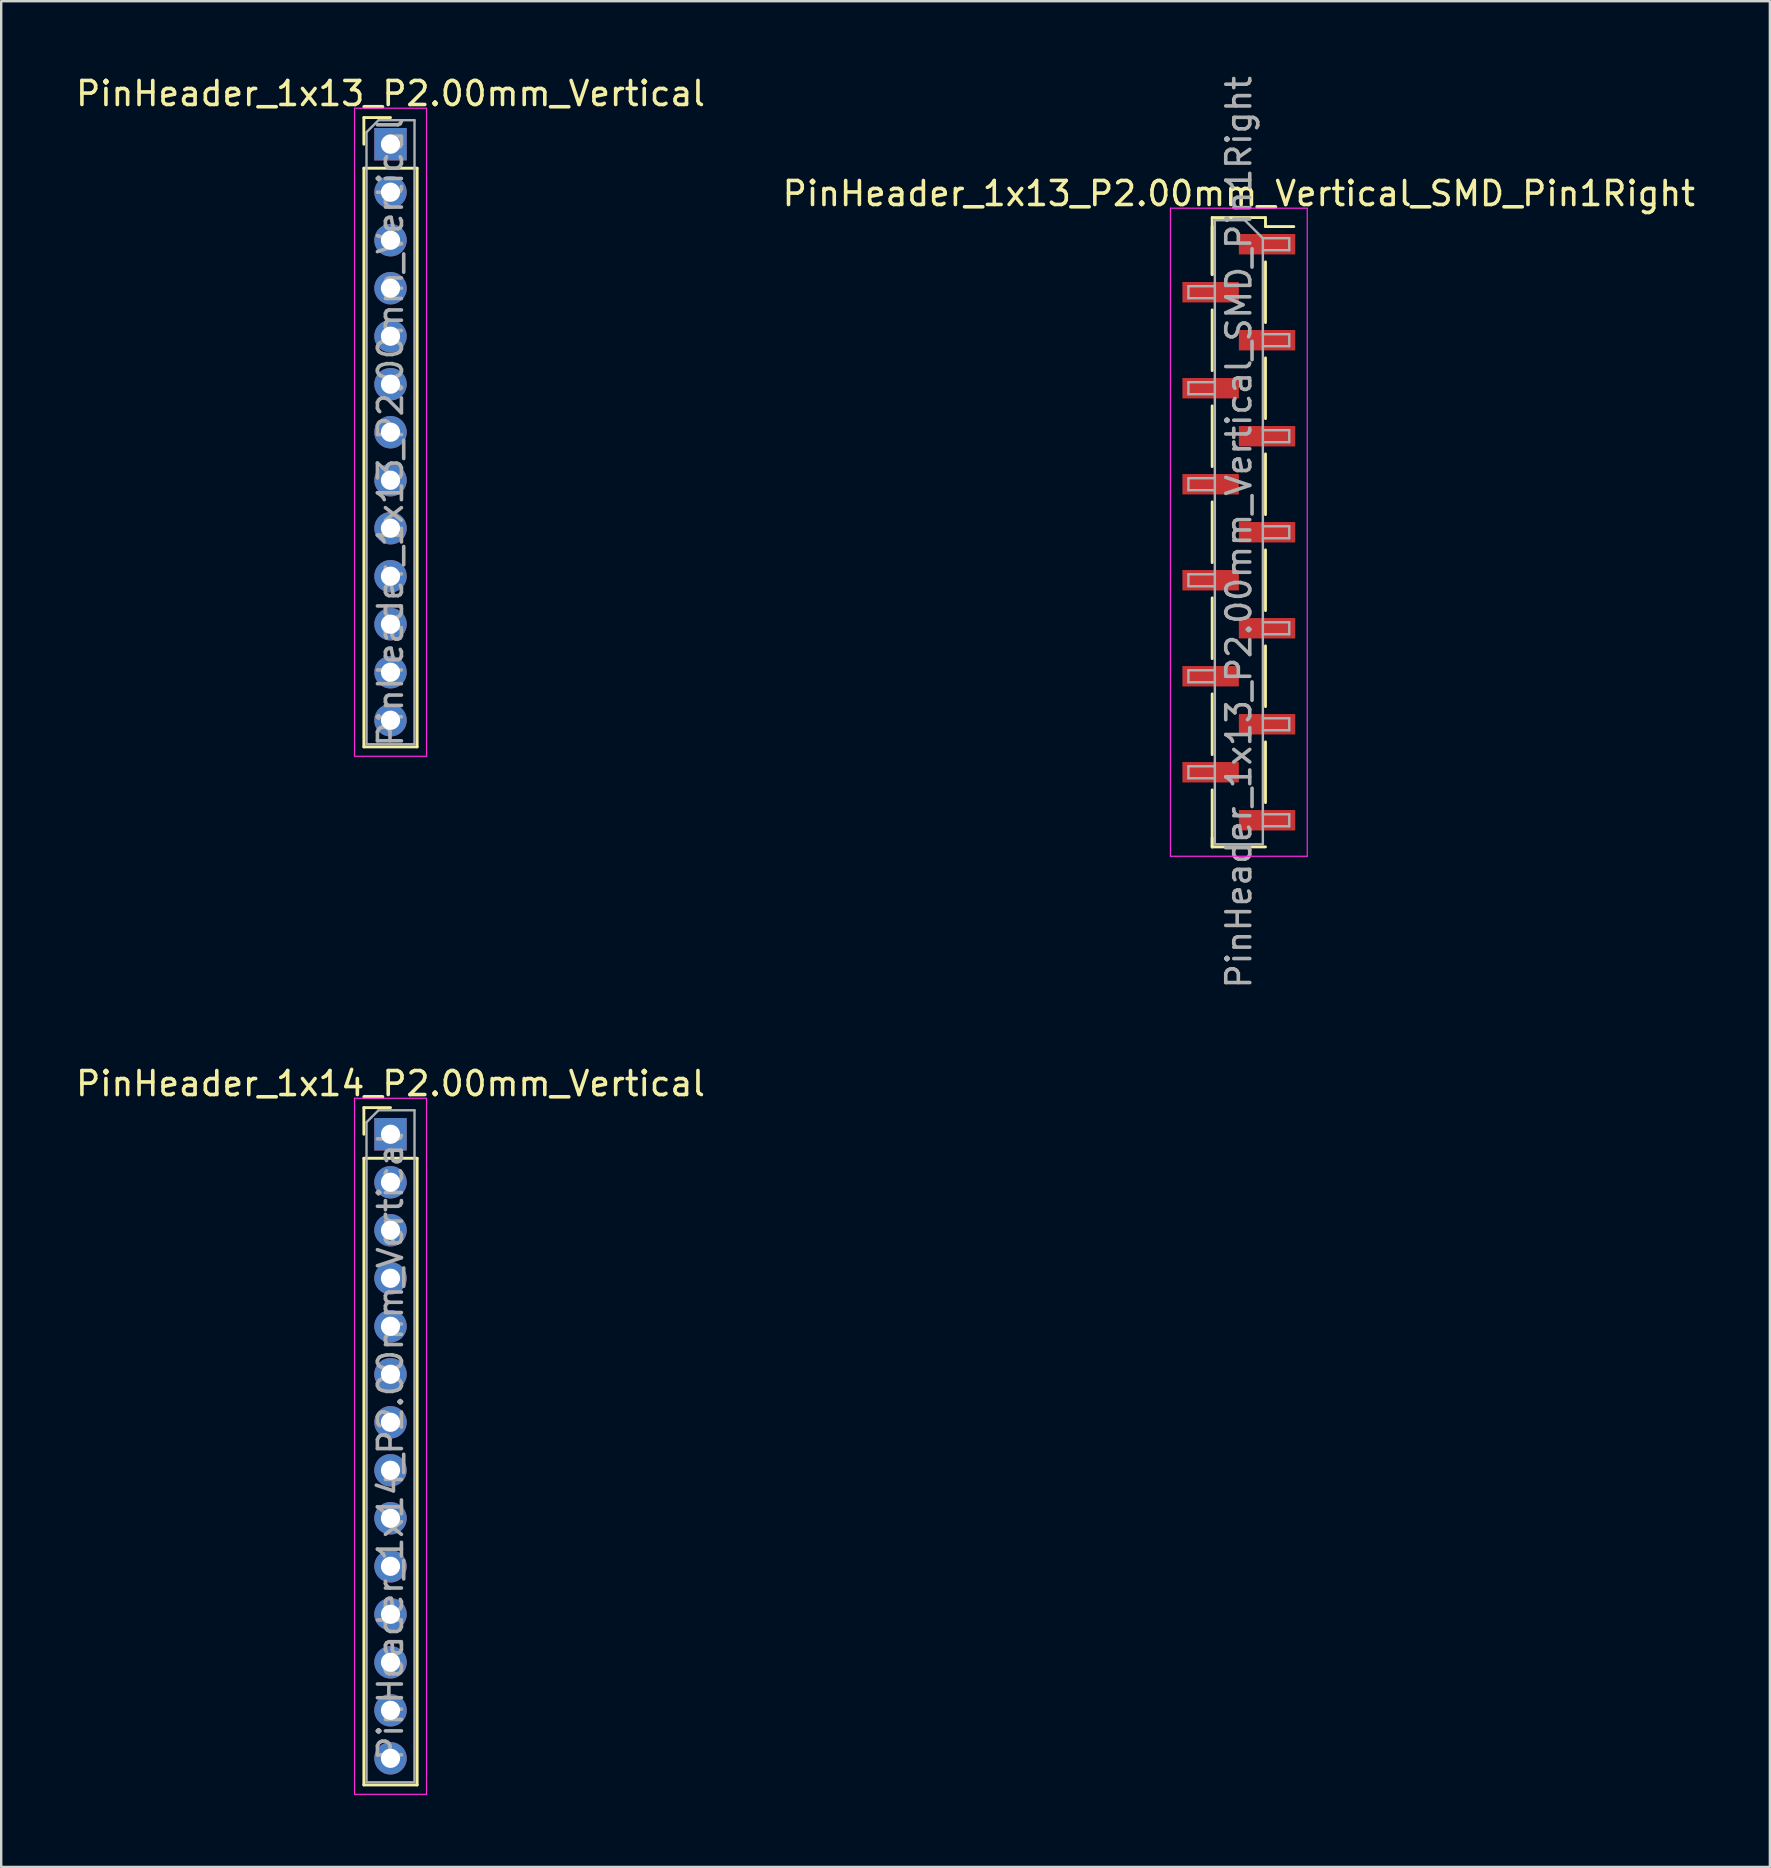
<source format=kicad_pcb>
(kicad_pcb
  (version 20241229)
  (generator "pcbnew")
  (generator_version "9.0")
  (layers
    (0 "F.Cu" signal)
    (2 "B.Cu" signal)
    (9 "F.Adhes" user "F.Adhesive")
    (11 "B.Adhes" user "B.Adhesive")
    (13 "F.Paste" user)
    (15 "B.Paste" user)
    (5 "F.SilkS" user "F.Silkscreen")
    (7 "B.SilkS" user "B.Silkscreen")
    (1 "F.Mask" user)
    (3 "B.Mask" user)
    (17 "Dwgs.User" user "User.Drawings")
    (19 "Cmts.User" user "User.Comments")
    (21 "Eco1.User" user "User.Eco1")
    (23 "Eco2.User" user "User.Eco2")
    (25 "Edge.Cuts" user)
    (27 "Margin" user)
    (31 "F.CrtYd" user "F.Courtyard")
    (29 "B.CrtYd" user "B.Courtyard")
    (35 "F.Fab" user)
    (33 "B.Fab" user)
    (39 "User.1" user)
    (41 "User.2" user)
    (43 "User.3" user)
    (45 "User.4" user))
  (footprint "PinHeader_1x14_P2.00mm_Vertical"
    (layer "F.Cu")
    (at 13.22 44.208)
    (property "Reference" "PinHeader_1x14_P2.00mm_Vertical" (at 0 -2.11 0) (layer "F.SilkS") (effects (font (size 1 1) (thickness 0.15))))
    (attr through_hole)
    (fp_line (start -1.11 -1.11) (end 0 -1.11) (stroke (width 0.12) (type solid)) (layer "F.SilkS"))
    (fp_line (start -1.11 0) (end -1.11 -1.11) (stroke (width 0.12) (type solid)) (layer "F.SilkS"))
    (fp_line (start -1.11 1) (end -1.11 27.11) (stroke (width 0.12) (type solid)) (layer "F.SilkS"))
    (fp_line (start -1.11 1) (end 1.11 1) (stroke (width 0.12) (type solid)) (layer "F.SilkS"))
    (fp_line (start -1.11 27.11) (end 1.11 27.11) (stroke (width 0.12) (type solid)) (layer "F.SilkS"))
    (fp_line (start 1.11 1) (end 1.11 27.11) (stroke (width 0.12) (type solid)) (layer "F.SilkS"))
    (fp_line (start -1.5 -1.5) (end -1.5 27.5) (stroke (width 0.05) (type solid)) (layer "F.CrtYd"))
    (fp_line (start -1.5 27.5) (end 1.5 27.5) (stroke (width 0.05) (type solid)) (layer "F.CrtYd"))
    (fp_line (start 1.5 -1.5) (end -1.5 -1.5) (stroke (width 0.05) (type solid)) (layer "F.CrtYd"))
    (fp_line (start 1.5 27.5) (end 1.5 -1.5) (stroke (width 0.05) (type solid)) (layer "F.CrtYd"))
    (fp_line (start -1 -0.5) (end -0.5 -1) (stroke (width 0.1) (type solid)) (layer "F.Fab"))
    (fp_line (start -1 27) (end -1 -0.5) (stroke (width 0.1) (type solid)) (layer "F.Fab"))
    (fp_line (start -0.5 -1) (end 1 -1) (stroke (width 0.1) (type solid)) (layer "F.Fab"))
    (fp_line (start 1 -1) (end 1 27) (stroke (width 0.1) (type solid)) (layer "F.Fab"))
    (fp_line (start 1 27) (end -1 27) (stroke (width 0.1) (type solid)) (layer "F.Fab"))
    (fp_text user "${REFERENCE}" (at 0 13 90) (layer "F.Fab") (effects (font (size 1 1) (thickness 0.15))))
    (pad "1" thru_hole rect (at 0 0) (size 1.35 1.35) (drill 0.8) (layers "*.Cu" "*.Mask"))
    (pad "2" thru_hole circle (at 0 2) (size 1.35 1.35) (drill 0.8) (layers "*.Cu" "*.Mask"))
    (pad "3" thru_hole circle (at 0 4) (size 1.35 1.35) (drill 0.8) (layers "*.Cu" "*.Mask"))
    (pad "4" thru_hole circle (at 0 6) (size 1.35 1.35) (drill 0.8) (layers "*.Cu" "*.Mask"))
    (pad "5" thru_hole circle (at 0 8) (size 1.35 1.35) (drill 0.8) (layers "*.Cu" "*.Mask"))
    (pad "6" thru_hole circle (at 0 10) (size 1.35 1.35) (drill 0.8) (layers "*.Cu" "*.Mask"))
    (pad "7" thru_hole circle (at 0 12) (size 1.35 1.35) (drill 0.8) (layers "*.Cu" "*.Mask"))
    (pad "8" thru_hole circle (at 0 14) (size 1.35 1.35) (drill 0.8) (layers "*.Cu" "*.Mask"))
    (pad "9" thru_hole circle (at 0 16) (size 1.35 1.35) (drill 0.8) (layers "*.Cu" "*.Mask"))
    (pad "10" thru_hole circle (at 0 18) (size 1.35 1.35) (drill 0.8) (layers "*.Cu" "*.Mask"))
    (pad "11" thru_hole circle (at 0 20) (size 1.35 1.35) (drill 0.8) (layers "*.Cu" "*.Mask"))
    (pad "12" thru_hole circle (at 0 22) (size 1.35 1.35) (drill 0.8) (layers "*.Cu" "*.Mask"))
    (pad "13" thru_hole circle (at 0 24) (size 1.35 1.35) (drill 0.8) (layers "*.Cu" "*.Mask"))
    (pad "14" thru_hole circle (at 0 26) (size 1.35 1.35) (drill 0.8) (layers "*.Cu" "*.Mask")))
  (footprint "PinHeader_1x13_P2.00mm_Vertical_SMD_Pin1Right"
    (layer "F.Cu")
    (at 48.565 19.125)
    (property "Reference" "PinHeader_1x13_P2.00mm_Vertical_SMD_Pin1Right" (at 0 -14.11 0) (layer "F.SilkS") (effects (font (size 1 1) (thickness 0.15))))
    (attr smd)
    (fp_line (start -1.11 -13.11) (end -1.11 -10.735) (stroke (width 0.12) (type solid)) (layer "F.SilkS"))
    (fp_line (start -1.11 -13.11) (end 1.11 -13.11) (stroke (width 0.12) (type solid)) (layer "F.SilkS"))
    (fp_line (start -1.11 -12.735) (end -1.11 -10.735) (stroke (width 0.12) (type solid)) (layer "F.SilkS"))
    (fp_line (start -1.11 -9.265) (end -1.11 -6.735) (stroke (width 0.12) (type solid)) (layer "F.SilkS"))
    (fp_line (start -1.11 -5.265) (end -1.11 -2.735) (stroke (width 0.12) (type solid)) (layer "F.SilkS"))
    (fp_line (start -1.11 -1.265) (end -1.11 1.265) (stroke (width 0.12) (type solid)) (layer "F.SilkS"))
    (fp_line (start -1.11 2.735) (end -1.11 5.265) (stroke (width 0.12) (type solid)) (layer "F.SilkS"))
    (fp_line (start -1.11 6.735) (end -1.11 9.265) (stroke (width 0.12) (type solid)) (layer "F.SilkS"))
    (fp_line (start -1.11 10.735) (end -1.11 13.11) (stroke (width 0.12) (type solid)) (layer "F.SilkS"))
    (fp_line (start -1.11 12.735) (end -1.11 13.11) (stroke (width 0.12) (type solid)) (layer "F.SilkS"))
    (fp_line (start -1.11 13.11) (end 1.11 13.11) (stroke (width 0.12) (type solid)) (layer "F.SilkS"))
    (fp_line (start 1.11 -13.11) (end 1.11 -12.735) (stroke (width 0.12) (type solid)) (layer "F.SilkS"))
    (fp_line (start 1.11 -12.735) (end 2.29 -12.735) (stroke (width 0.12) (type solid)) (layer "F.SilkS"))
    (fp_line (start 1.11 -11.265) (end 1.11 -8.735) (stroke (width 0.12) (type solid)) (layer "F.SilkS"))
    (fp_line (start 1.11 -7.265) (end 1.11 -4.735) (stroke (width 0.12) (type solid)) (layer "F.SilkS"))
    (fp_line (start 1.11 -3.265) (end 1.11 -0.735) (stroke (width 0.12) (type solid)) (layer "F.SilkS"))
    (fp_line (start 1.11 0.735) (end 1.11 3.265) (stroke (width 0.12) (type solid)) (layer "F.SilkS"))
    (fp_line (start 1.11 4.735) (end 1.11 7.265) (stroke (width 0.12) (type solid)) (layer "F.SilkS"))
    (fp_line (start 1.11 8.735) (end 1.11 11.265) (stroke (width 0.12) (type solid)) (layer "F.SilkS"))
    (fp_line (start -2.85 -13.5) (end -2.85 13.5) (stroke (width 0.05) (type solid)) (layer "F.CrtYd"))
    (fp_line (start -2.85 13.5) (end 2.85 13.5) (stroke (width 0.05) (type solid)) (layer "F.CrtYd"))
    (fp_line (start 2.85 -13.5) (end -2.85 -13.5) (stroke (width 0.05) (type solid)) (layer "F.CrtYd"))
    (fp_line (start 2.85 13.5) (end 2.85 -13.5) (stroke (width 0.05) (type solid)) (layer "F.CrtYd"))
    (fp_line (start -2.1 -10.25) (end -2.1 -9.75) (stroke (width 0.1) (type solid)) (layer "F.Fab"))
    (fp_line (start -2.1 -9.75) (end -1 -9.75) (stroke (width 0.1) (type solid)) (layer "F.Fab"))
    (fp_line (start -2.1 -6.25) (end -2.1 -5.75) (stroke (width 0.1) (type solid)) (layer "F.Fab"))
    (fp_line (start -2.1 -5.75) (end -1 -5.75) (stroke (width 0.1) (type solid)) (layer "F.Fab"))
    (fp_line (start -2.1 -2.25) (end -2.1 -1.75) (stroke (width 0.1) (type solid)) (layer "F.Fab"))
    (fp_line (start -2.1 -1.75) (end -1 -1.75) (stroke (width 0.1) (type solid)) (layer "F.Fab"))
    (fp_line (start -2.1 1.75) (end -2.1 2.25) (stroke (width 0.1) (type solid)) (layer "F.Fab"))
    (fp_line (start -2.1 2.25) (end -1 2.25) (stroke (width 0.1) (type solid)) (layer "F.Fab"))
    (fp_line (start -2.1 5.75) (end -2.1 6.25) (stroke (width 0.1) (type solid)) (layer "F.Fab"))
    (fp_line (start -2.1 6.25) (end -1 6.25) (stroke (width 0.1) (type solid)) (layer "F.Fab"))
    (fp_line (start -2.1 9.75) (end -2.1 10.25) (stroke (width 0.1) (type solid)) (layer "F.Fab"))
    (fp_line (start -2.1 10.25) (end -1 10.25) (stroke (width 0.1) (type solid)) (layer "F.Fab"))
    (fp_line (start -1 -13) (end -1 13) (stroke (width 0.1) (type solid)) (layer "F.Fab"))
    (fp_line (start -1 -13) (end 0.25 -13) (stroke (width 0.1) (type solid)) (layer "F.Fab"))
    (fp_line (start -1 -10.25) (end -2.1 -10.25) (stroke (width 0.1) (type solid)) (layer "F.Fab"))
    (fp_line (start -1 -6.25) (end -2.1 -6.25) (stroke (width 0.1) (type solid)) (layer "F.Fab"))
    (fp_line (start -1 -2.25) (end -2.1 -2.25) (stroke (width 0.1) (type solid)) (layer "F.Fab"))
    (fp_line (start -1 1.75) (end -2.1 1.75) (stroke (width 0.1) (type solid)) (layer "F.Fab"))
    (fp_line (start -1 5.75) (end -2.1 5.75) (stroke (width 0.1) (type solid)) (layer "F.Fab"))
    (fp_line (start -1 9.75) (end -2.1 9.75) (stroke (width 0.1) (type solid)) (layer "F.Fab"))
    (fp_line (start 1 -12.25) (end 0.25 -13) (stroke (width 0.1) (type solid)) (layer "F.Fab"))
    (fp_line (start 1 -12.25) (end 2.1 -12.25) (stroke (width 0.1) (type solid)) (layer "F.Fab"))
    (fp_line (start 1 -8.25) (end 2.1 -8.25) (stroke (width 0.1) (type solid)) (layer "F.Fab"))
    (fp_line (start 1 -4.25) (end 2.1 -4.25) (stroke (width 0.1) (type solid)) (layer "F.Fab"))
    (fp_line (start 1 -0.25) (end 2.1 -0.25) (stroke (width 0.1) (type solid)) (layer "F.Fab"))
    (fp_line (start 1 3.75) (end 2.1 3.75) (stroke (width 0.1) (type solid)) (layer "F.Fab"))
    (fp_line (start 1 7.75) (end 2.1 7.75) (stroke (width 0.1) (type solid)) (layer "F.Fab"))
    (fp_line (start 1 11.75) (end 2.1 11.75) (stroke (width 0.1) (type solid)) (layer "F.Fab"))
    (fp_line (start 1 13) (end -1 13) (stroke (width 0.1) (type solid)) (layer "F.Fab"))
    (fp_line (start 1 13) (end 1 -12.25) (stroke (width 0.1) (type solid)) (layer "F.Fab"))
    (fp_line (start 2.1 -12.25) (end 2.1 -11.75) (stroke (width 0.1) (type solid)) (layer "F.Fab"))
    (fp_line (start 2.1 -11.75) (end 1 -11.75) (stroke (width 0.1) (type solid)) (layer "F.Fab"))
    (fp_line (start 2.1 -8.25) (end 2.1 -7.75) (stroke (width 0.1) (type solid)) (layer "F.Fab"))
    (fp_line (start 2.1 -7.75) (end 1 -7.75) (stroke (width 0.1) (type solid)) (layer "F.Fab"))
    (fp_line (start 2.1 -4.25) (end 2.1 -3.75) (stroke (width 0.1) (type solid)) (layer "F.Fab"))
    (fp_line (start 2.1 -3.75) (end 1 -3.75) (stroke (width 0.1) (type solid)) (layer "F.Fab"))
    (fp_line (start 2.1 -0.25) (end 2.1 0.25) (stroke (width 0.1) (type solid)) (layer "F.Fab"))
    (fp_line (start 2.1 0.25) (end 1 0.25) (stroke (width 0.1) (type solid)) (layer "F.Fab"))
    (fp_line (start 2.1 3.75) (end 2.1 4.25) (stroke (width 0.1) (type solid)) (layer "F.Fab"))
    (fp_line (start 2.1 4.25) (end 1 4.25) (stroke (width 0.1) (type solid)) (layer "F.Fab"))
    (fp_line (start 2.1 7.75) (end 2.1 8.25) (stroke (width 0.1) (type solid)) (layer "F.Fab"))
    (fp_line (start 2.1 8.25) (end 1 8.25) (stroke (width 0.1) (type solid)) (layer "F.Fab"))
    (fp_line (start 2.1 11.75) (end 2.1 12.25) (stroke (width 0.1) (type solid)) (layer "F.Fab"))
    (fp_line (start 2.1 12.25) (end 1 12.25) (stroke (width 0.1) (type solid)) (layer "F.Fab"))
    (fp_text user "${REFERENCE}" (at 0 0 90) (layer "F.Fab") (effects (font (size 1 1) (thickness 0.15))))
    (pad "1" smd rect (at 1.175 -12) (size 2.35 0.85) (layers "F.Cu" "F.Mask" "F.Paste"))
    (pad "2" smd rect (at -1.175 -10) (size 2.35 0.85) (layers "F.Cu" "F.Mask" "F.Paste"))
    (pad "3" smd rect (at 1.175 -8) (size 2.35 0.85) (layers "F.Cu" "F.Mask" "F.Paste"))
    (pad "4" smd rect (at -1.175 -6) (size 2.35 0.85) (layers "F.Cu" "F.Mask" "F.Paste"))
    (pad "5" smd rect (at 1.175 -4) (size 2.35 0.85) (layers "F.Cu" "F.Mask" "F.Paste"))
    (pad "6" smd rect (at -1.175 -2) (size 2.35 0.85) (layers "F.Cu" "F.Mask" "F.Paste"))
    (pad "7" smd rect (at 1.175 0) (size 2.35 0.85) (layers "F.Cu" "F.Mask" "F.Paste"))
    (pad "8" smd rect (at -1.175 2) (size 2.35 0.85) (layers "F.Cu" "F.Mask" "F.Paste"))
    (pad "9" smd rect (at 1.175 4) (size 2.35 0.85) (layers "F.Cu" "F.Mask" "F.Paste"))
    (pad "10" smd rect (at -1.175 6) (size 2.35 0.85) (layers "F.Cu" "F.Mask" "F.Paste"))
    (pad "11" smd rect (at 1.175 8) (size 2.35 0.85) (layers "F.Cu" "F.Mask" "F.Paste"))
    (pad "12" smd rect (at -1.175 10) (size 2.35 0.85) (layers "F.Cu" "F.Mask" "F.Paste"))
    (pad "13" smd rect (at 1.175 12) (size 2.35 0.85) (layers "F.Cu" "F.Mask" "F.Paste")))
  (footprint "PinHeader_1x13_P2.00mm_Vertical"
    (layer "F.Cu")
    (at 13.22 2.958)
    (property "Reference" "PinHeader_1x13_P2.00mm_Vertical" (at 0 -2.11 0) (layer "F.SilkS") (effects (font (size 1 1) (thickness 0.15))))
    (attr through_hole)
    (fp_line (start -1.11 -1.11) (end 0 -1.11) (stroke (width 0.12) (type solid)) (layer "F.SilkS"))
    (fp_line (start -1.11 0) (end -1.11 -1.11) (stroke (width 0.12) (type solid)) (layer "F.SilkS"))
    (fp_line (start -1.11 1) (end -1.11 25.11) (stroke (width 0.12) (type solid)) (layer "F.SilkS"))
    (fp_line (start -1.11 1) (end 1.11 1) (stroke (width 0.12) (type solid)) (layer "F.SilkS"))
    (fp_line (start -1.11 25.11) (end 1.11 25.11) (stroke (width 0.12) (type solid)) (layer "F.SilkS"))
    (fp_line (start 1.11 1) (end 1.11 25.11) (stroke (width 0.12) (type solid)) (layer "F.SilkS"))
    (fp_line (start -1.5 -1.5) (end -1.5 25.5) (stroke (width 0.05) (type solid)) (layer "F.CrtYd"))
    (fp_line (start -1.5 25.5) (end 1.5 25.5) (stroke (width 0.05) (type solid)) (layer "F.CrtYd"))
    (fp_line (start 1.5 -1.5) (end -1.5 -1.5) (stroke (width 0.05) (type solid)) (layer "F.CrtYd"))
    (fp_line (start 1.5 25.5) (end 1.5 -1.5) (stroke (width 0.05) (type solid)) (layer "F.CrtYd"))
    (fp_line (start -1 -0.5) (end -0.5 -1) (stroke (width 0.1) (type solid)) (layer "F.Fab"))
    (fp_line (start -1 25) (end -1 -0.5) (stroke (width 0.1) (type solid)) (layer "F.Fab"))
    (fp_line (start -0.5 -1) (end 1 -1) (stroke (width 0.1) (type solid)) (layer "F.Fab"))
    (fp_line (start 1 -1) (end 1 25) (stroke (width 0.1) (type solid)) (layer "F.Fab"))
    (fp_line (start 1 25) (end -1 25) (stroke (width 0.1) (type solid)) (layer "F.Fab"))
    (fp_text user "${REFERENCE}" (at 0 12 90) (layer "F.Fab") (effects (font (size 1 1) (thickness 0.15))))
    (pad "1" thru_hole rect (at 0 0) (size 1.35 1.35) (drill 0.8) (layers "*.Cu" "*.Mask"))
    (pad "2" thru_hole circle (at 0 2) (size 1.35 1.35) (drill 0.8) (layers "*.Cu" "*.Mask"))
    (pad "3" thru_hole circle (at 0 4) (size 1.35 1.35) (drill 0.8) (layers "*.Cu" "*.Mask"))
    (pad "4" thru_hole circle (at 0 6) (size 1.35 1.35) (drill 0.8) (layers "*.Cu" "*.Mask"))
    (pad "5" thru_hole circle (at 0 8) (size 1.35 1.35) (drill 0.8) (layers "*.Cu" "*.Mask"))
    (pad "6" thru_hole circle (at 0 10) (size 1.35 1.35) (drill 0.8) (layers "*.Cu" "*.Mask"))
    (pad "7" thru_hole circle (at 0 12) (size 1.35 1.35) (drill 0.8) (layers "*.Cu" "*.Mask"))
    (pad "8" thru_hole circle (at 0 14) (size 1.35 1.35) (drill 0.8) (layers "*.Cu" "*.Mask"))
    (pad "9" thru_hole circle (at 0 16) (size 1.35 1.35) (drill 0.8) (layers "*.Cu" "*.Mask"))
    (pad "10" thru_hole circle (at 0 18) (size 1.35 1.35) (drill 0.8) (layers "*.Cu" "*.Mask"))
    (pad "11" thru_hole circle (at 0 20) (size 1.35 1.35) (drill 0.8) (layers "*.Cu" "*.Mask"))
    (pad "12" thru_hole circle (at 0 22) (size 1.35 1.35) (drill 0.8) (layers "*.Cu" "*.Mask"))
    (pad "13" thru_hole circle (at 0 24) (size 1.35 1.35) (drill 0.8) (layers "*.Cu" "*.Mask")))
  (gr_rect
    (start -3 -3)
    (end 70.69 74.733)
    (stroke (width 0.1) (type default))
    (fill no)
    (layer "Edge.Cuts")))
</source>
